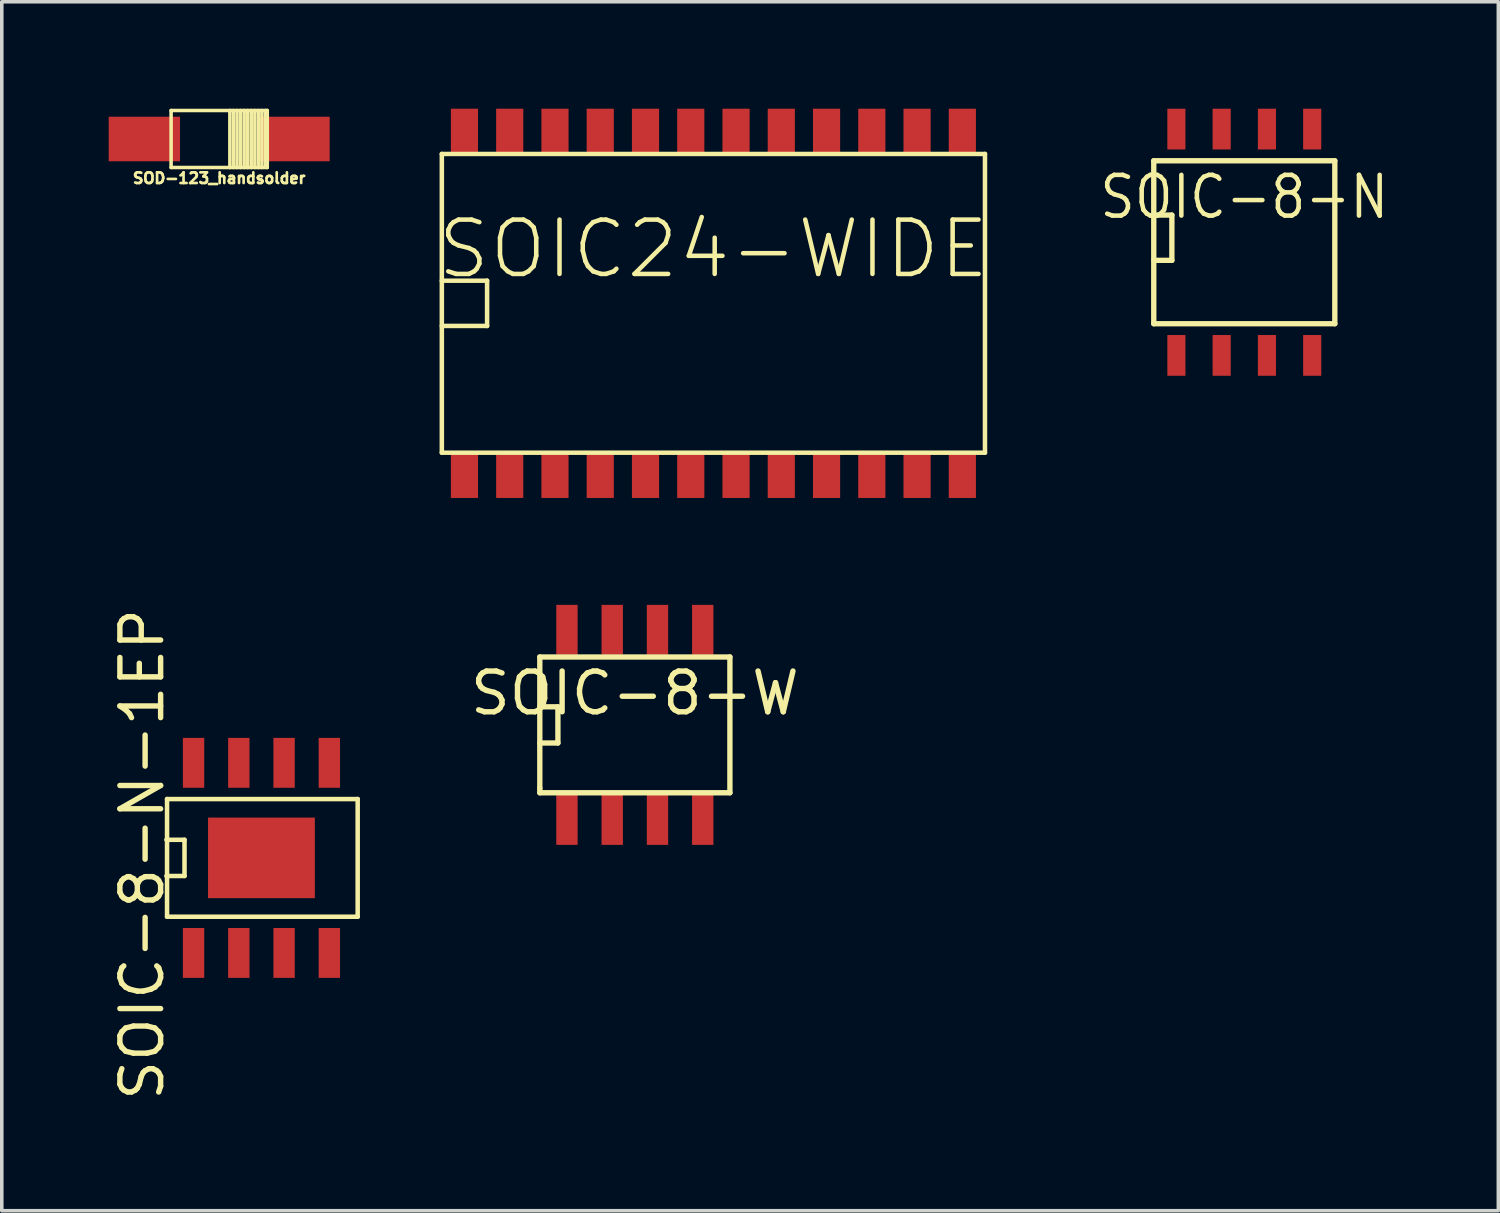
<source format=kicad_pcb>
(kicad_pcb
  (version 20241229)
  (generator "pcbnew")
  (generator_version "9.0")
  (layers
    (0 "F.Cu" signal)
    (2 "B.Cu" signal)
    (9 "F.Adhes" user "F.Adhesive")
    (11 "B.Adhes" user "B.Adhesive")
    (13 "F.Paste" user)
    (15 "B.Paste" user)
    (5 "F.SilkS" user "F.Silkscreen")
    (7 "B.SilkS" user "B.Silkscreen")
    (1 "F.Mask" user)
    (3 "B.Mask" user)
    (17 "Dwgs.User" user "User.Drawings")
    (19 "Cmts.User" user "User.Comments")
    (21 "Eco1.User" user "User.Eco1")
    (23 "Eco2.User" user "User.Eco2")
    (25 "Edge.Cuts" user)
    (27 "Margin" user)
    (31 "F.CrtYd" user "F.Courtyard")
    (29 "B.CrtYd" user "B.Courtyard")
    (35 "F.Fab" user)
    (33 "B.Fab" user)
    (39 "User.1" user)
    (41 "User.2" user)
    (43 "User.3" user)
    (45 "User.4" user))
  (footprint "SOIC-8-W"
    (layer "F.Cu")
    (at 14.763 17.289)
    (property "Reference" "SOIC-8-W" (at 0 -0.889 0) (layer "F.SilkS") (effects (font (size 1.143 1.143) (thickness 0.152))))
    (attr smd)
    (fp_line (start -2.667 -1.905) (end -2.667 1.778) (stroke (width 0.15) (type solid)) (layer "F.SilkS"))
    (fp_line (start -2.667 -0.508) (end -2.159 -0.508) (stroke (width 0.15) (type solid)) (layer "F.SilkS"))
    (fp_line (start -2.667 1.778) (end -2.667 1.905) (stroke (width 0.15) (type solid)) (layer "F.SilkS"))
    (fp_line (start -2.667 1.905) (end 2.667 1.905) (stroke (width 0.15) (type solid)) (layer "F.SilkS"))
    (fp_line (start -2.159 -0.508) (end -2.159 0.508) (stroke (width 0.15) (type solid)) (layer "F.SilkS"))
    (fp_line (start -2.159 0.508) (end -2.667 0.508) (stroke (width 0.15) (type solid)) (layer "F.SilkS"))
    (fp_line (start 2.667 -1.905) (end -2.667 -1.905) (stroke (width 0.15) (type solid)) (layer "F.SilkS"))
    (fp_line (start 2.667 -1.905) (end 2.667 1.905) (stroke (width 0.15) (type solid)) (layer "F.SilkS"))
    (pad "1" smd rect (at -1.905 2.667) (size 0.599 1.4) (layers "F.Cu" "F.Mask" "F.Paste"))
    (pad "2" smd rect (at -0.635 2.667) (size 0.599 1.4) (layers "F.Cu" "F.Mask" "F.Paste"))
    (pad "3" smd rect (at 0.635 2.667) (size 0.599 1.4) (layers "F.Cu" "F.Mask" "F.Paste"))
    (pad "4" smd rect (at 1.905 2.667) (size 0.599 1.4) (layers "F.Cu" "F.Mask" "F.Paste"))
    (pad "5" smd rect (at 1.905 -2.667) (size 0.599 1.4) (layers "F.Cu" "F.Mask" "F.Paste"))
    (pad "6" smd rect (at 0.635 -2.667) (size 0.599 1.4) (layers "F.Cu" "F.Mask" "F.Paste"))
    (pad "7" smd rect (at -0.635 -2.667) (size 0.599 1.4) (layers "F.Cu" "F.Mask" "F.Paste"))
    (pad "8" smd rect (at -1.905 -2.667) (size 0.599 1.4) (layers "F.Cu" "F.Mask" "F.Paste")))
  (footprint "SOIC-8-N-1EP"
    (layer "F.Cu")
    (at 4.286 21.021)
    (property "Reference" "SOIC-8-N-1EP" (at -3.35 -0.099 90) (layer "F.SilkS") (effects (font (size 1.143 1.143) (thickness 0.152))))
    (attr smd)
    (fp_line (start -2.667 -0.508) (end -2.159 -0.508) (stroke (width 0.127) (type solid)) (layer "F.SilkS"))
    (fp_line (start -2.649 -1.651) (end -2.649 1.651) (stroke (width 0.127) (type solid)) (layer "F.SilkS"))
    (fp_line (start -2.649 -1.651) (end 2.7 -1.651) (stroke (width 0.127) (type solid)) (layer "F.SilkS"))
    (fp_line (start -2.159 -0.508) (end -2.159 0.508) (stroke (width 0.127) (type solid)) (layer "F.SilkS"))
    (fp_line (start -2.159 0.508) (end -2.667 0.508) (stroke (width 0.127) (type solid)) (layer "F.SilkS"))
    (fp_line (start 2.7 -1.651) (end 2.7 1.651) (stroke (width 0.127) (type solid)) (layer "F.SilkS"))
    (fp_line (start 2.7 1.651) (end -2.649 1.651) (stroke (width 0.127) (type solid)) (layer "F.SilkS"))
    (pad "1" smd rect (at -1.905 2.667) (size 0.599 1.4) (layers "F.Cu" "F.Mask" "F.Paste"))
    (pad "2" smd rect (at -0.635 2.667) (size 0.599 1.4) (layers "F.Cu" "F.Mask" "F.Paste"))
    (pad "3" smd rect (at 0.635 2.667) (size 0.599 1.4) (layers "F.Cu" "F.Mask" "F.Paste"))
    (pad "4" smd rect (at 1.905 2.667) (size 0.599 1.4) (layers "F.Cu" "F.Mask" "F.Paste"))
    (pad "5" smd rect (at 1.905 -2.667) (size 0.599 1.4) (layers "F.Cu" "F.Mask" "F.Paste"))
    (pad "6" smd rect (at 0.635 -2.667) (size 0.599 1.4) (layers "F.Cu" "F.Mask" "F.Paste"))
    (pad "7" smd rect (at -0.635 -2.667) (size 0.599 1.4) (layers "F.Cu" "F.Mask" "F.Paste"))
    (pad "8" smd rect (at -1.905 -2.667) (size 0.599 1.4) (layers "F.Cu" "F.Mask" "F.Paste"))
    (pad "9" smd rect (at 0 0) (size 2.997 2.261) (layers "F.Cu" "F.Mask" "F.Paste")))
  (footprint "SOD-123_handsolder"
    (layer "F.Cu")
    (at 3.1 0.85)
    (property "Reference" "SOD-123_handsolder" (at 0 1.1 0) (layer "F.SilkS") (effects (font (size 0.3 0.3) (thickness 0.076))))
    (attr through_hole)
    (fp_line (start -1.349 -0.8) (end 1.349 -0.8) (stroke (width 0.099) (type solid)) (layer "F.SilkS"))
    (fp_line (start -1.349 0.8) (end -1.349 -0.8) (stroke (width 0.099) (type solid)) (layer "F.SilkS"))
    (fp_line (start 0.3 -0.8) (end 0.3 0.8) (stroke (width 0.099) (type solid)) (layer "F.SilkS"))
    (fp_line (start 0.399 -0.8) (end 0.399 0.8) (stroke (width 0.099) (type solid)) (layer "F.SilkS"))
    (fp_line (start 0.5 0.8) (end 0.5 -0.8) (stroke (width 0.099) (type solid)) (layer "F.SilkS"))
    (fp_line (start 0.599 -0.8) (end 0.599 0.8) (stroke (width 0.099) (type solid)) (layer "F.SilkS"))
    (fp_line (start 0.701 0.8) (end 0.701 -0.8) (stroke (width 0.099) (type solid)) (layer "F.SilkS"))
    (fp_line (start 0.8 -0.8) (end 0.8 0.8) (stroke (width 0.099) (type solid)) (layer "F.SilkS"))
    (fp_line (start 0.899 0.8) (end 0.899 -0.8) (stroke (width 0.099) (type solid)) (layer "F.SilkS"))
    (fp_line (start 1.001 -0.8) (end 1.001 0.8) (stroke (width 0.099) (type solid)) (layer "F.SilkS"))
    (fp_line (start 1.1 0.8) (end 1.1 -0.8) (stroke (width 0.099) (type solid)) (layer "F.SilkS"))
    (fp_line (start 1.199 0.8) (end 1.199 -0.8) (stroke (width 0.099) (type solid)) (layer "F.SilkS"))
    (fp_line (start 1.3 -0.8) (end 1.3 0.749) (stroke (width 0.099) (type solid)) (layer "F.SilkS"))
    (fp_line (start 1.349 -0.8) (end 1.349 0.8) (stroke (width 0.099) (type solid)) (layer "F.SilkS"))
    (fp_line (start 1.349 0.8) (end -1.349 0.8) (stroke (width 0.099) (type solid)) (layer "F.SilkS"))
    (pad "1" smd rect (at -2.1 0) (size 2 1.25) (layers "F.Cu" "F.Mask" "F.Paste"))
    (pad "2" smd rect (at 2.1 0) (size 2 1.25) (layers "F.Cu" "F.Mask" "F.Paste")))
  (footprint "SOIC24-WIDE"
    (layer "F.Cu")
    (at 16.967 5.461)
    (property "Reference" "SOIC24-WIDE" (at 0 -1.524 0) (layer "F.SilkS") (effects (font (size 1.524 1.524) (thickness 0.127))))
    (attr smd)
    (fp_line (start -7.62 -4.191) (end -7.62 4.191) (stroke (width 0.127) (type solid)) (layer "F.SilkS"))
    (fp_line (start -7.62 -0.635) (end -6.35 -0.635) (stroke (width 0.127) (type solid)) (layer "F.SilkS"))
    (fp_line (start -7.62 4.191) (end 7.62 4.191) (stroke (width 0.127) (type solid)) (layer "F.SilkS"))
    (fp_line (start -6.35 -0.635) (end -6.35 0.635) (stroke (width 0.127) (type solid)) (layer "F.SilkS"))
    (fp_line (start -6.35 0.635) (end -7.62 0.635) (stroke (width 0.127) (type solid)) (layer "F.SilkS"))
    (fp_line (start 7.62 -4.191) (end -7.62 -4.191) (stroke (width 0.127) (type solid)) (layer "F.SilkS"))
    (fp_line (start 7.62 4.191) (end 7.62 -4.191) (stroke (width 0.127) (type solid)) (layer "F.SilkS"))
    (pad "1" smd rect (at -6.985 4.826) (size 0.762 1.27) (layers "F.Cu" "F.Mask" "F.Paste"))
    (pad "2" smd rect (at -5.715 4.826) (size 0.762 1.27) (layers "F.Cu" "F.Mask" "F.Paste"))
    (pad "3" smd rect (at -4.445 4.826) (size 0.762 1.27) (layers "F.Cu" "F.Mask" "F.Paste"))
    (pad "4" smd rect (at -3.175 4.826) (size 0.762 1.27) (layers "F.Cu" "F.Mask" "F.Paste"))
    (pad "5" smd rect (at -1.905 4.826) (size 0.762 1.27) (layers "F.Cu" "F.Mask" "F.Paste"))
    (pad "6" smd rect (at -0.635 4.826) (size 0.762 1.27) (layers "F.Cu" "F.Mask" "F.Paste"))
    (pad "7" smd rect (at 0.635 4.826) (size 0.762 1.27) (layers "F.Cu" "F.Mask" "F.Paste"))
    (pad "8" smd rect (at 1.905 4.826) (size 0.762 1.27) (layers "F.Cu" "F.Mask" "F.Paste"))
    (pad "9" smd rect (at 3.175 4.826) (size 0.762 1.27) (layers "F.Cu" "F.Mask" "F.Paste"))
    (pad "10" smd rect (at 4.445 4.826) (size 0.762 1.27) (layers "F.Cu" "F.Mask" "F.Paste"))
    (pad "11" smd rect (at 5.715 4.826) (size 0.762 1.27) (layers "F.Cu" "F.Mask" "F.Paste"))
    (pad "12" smd rect (at 6.985 4.826) (size 0.762 1.27) (layers "F.Cu" "F.Mask" "F.Paste"))
    (pad "13" smd rect (at 6.985 -4.826) (size 0.762 1.27) (layers "F.Cu" "F.Mask" "F.Paste"))
    (pad "14" smd rect (at 5.715 -4.826) (size 0.762 1.27) (layers "F.Cu" "F.Mask" "F.Paste"))
    (pad "15" smd rect (at 4.445 -4.826) (size 0.762 1.27) (layers "F.Cu" "F.Mask" "F.Paste"))
    (pad "16" smd rect (at 3.175 -4.826) (size 0.762 1.27) (layers "F.Cu" "F.Mask" "F.Paste"))
    (pad "17" smd rect (at 1.905 -4.826) (size 0.762 1.27) (layers "F.Cu" "F.Mask" "F.Paste"))
    (pad "18" smd rect (at 0.635 -4.826) (size 0.762 1.27) (layers "F.Cu" "F.Mask" "F.Paste"))
    (pad "19" smd rect (at -0.635 -4.826) (size 0.762 1.27) (layers "F.Cu" "F.Mask" "F.Paste"))
    (pad "20" smd rect (at -1.905 -4.826) (size 0.762 1.27) (layers "F.Cu" "F.Mask" "F.Paste"))
    (pad "21" smd rect (at -3.175 -4.826) (size 0.762 1.27) (layers "F.Cu" "F.Mask" "F.Paste"))
    (pad "22" smd rect (at -4.445 -4.826) (size 0.762 1.27) (layers "F.Cu" "F.Mask" "F.Paste"))
    (pad "23" smd rect (at -5.715 -4.826) (size 0.762 1.27) (layers "F.Cu" "F.Mask" "F.Paste"))
    (pad "24" smd rect (at -6.985 -4.826) (size 0.762 1.27) (layers "F.Cu" "F.Mask" "F.Paste")))
  (footprint "SOIC-8-N"
    (layer "F.Cu")
    (at 31.863 3.747)
    (property "Reference" "SOIC-8-N" (at 0 -1.27 0) (layer "F.SilkS") (effects (font (size 1.143 1.016) (thickness 0.127))))
    (attr smd)
    (fp_line (start -2.54 -2.286) (end 2.54 -2.286) (stroke (width 0.15) (type solid)) (layer "F.SilkS"))
    (fp_line (start -2.54 -0.762) (end -2.032 -0.762) (stroke (width 0.15) (type solid)) (layer "F.SilkS"))
    (fp_line (start -2.54 2.286) (end -2.54 -2.286) (stroke (width 0.15) (type solid)) (layer "F.SilkS"))
    (fp_line (start -2.032 -0.762) (end -2.032 0.508) (stroke (width 0.15) (type solid)) (layer "F.SilkS"))
    (fp_line (start -2.032 0.508) (end -2.54 0.508) (stroke (width 0.15) (type solid)) (layer "F.SilkS"))
    (fp_line (start 2.54 -2.286) (end 2.54 2.286) (stroke (width 0.15) (type solid)) (layer "F.SilkS"))
    (fp_line (start 2.54 2.286) (end -2.54 2.286) (stroke (width 0.15) (type solid)) (layer "F.SilkS"))
    (pad "1" smd rect (at -1.905 3.175) (size 0.508 1.143) (layers "F.Cu" "F.Mask" "F.Paste"))
    (pad "2" smd rect (at -0.635 3.175) (size 0.508 1.143) (layers "F.Cu" "F.Mask" "F.Paste"))
    (pad "3" smd rect (at 0.635 3.175) (size 0.508 1.143) (layers "F.Cu" "F.Mask" "F.Paste"))
    (pad "4" smd rect (at 1.905 3.175) (size 0.508 1.143) (layers "F.Cu" "F.Mask" "F.Paste"))
    (pad "5" smd rect (at 1.905 -3.175) (size 0.508 1.143) (layers "F.Cu" "F.Mask" "F.Paste"))
    (pad "6" smd rect (at 0.635 -3.175) (size 0.508 1.143) (layers "F.Cu" "F.Mask" "F.Paste"))
    (pad "7" smd rect (at -0.635 -3.175) (size 0.508 1.143) (layers "F.Cu" "F.Mask" "F.Paste"))
    (pad "8" smd rect (at -1.905 -3.175) (size 0.508 1.143) (layers "F.Cu" "F.Mask" "F.Paste")))
  (gr_rect
    (start -3 -3)
    (end 38.991 30.921)
    (stroke (width 0.1) (type default))
    (fill no)
    (layer "Edge.Cuts")))
</source>
